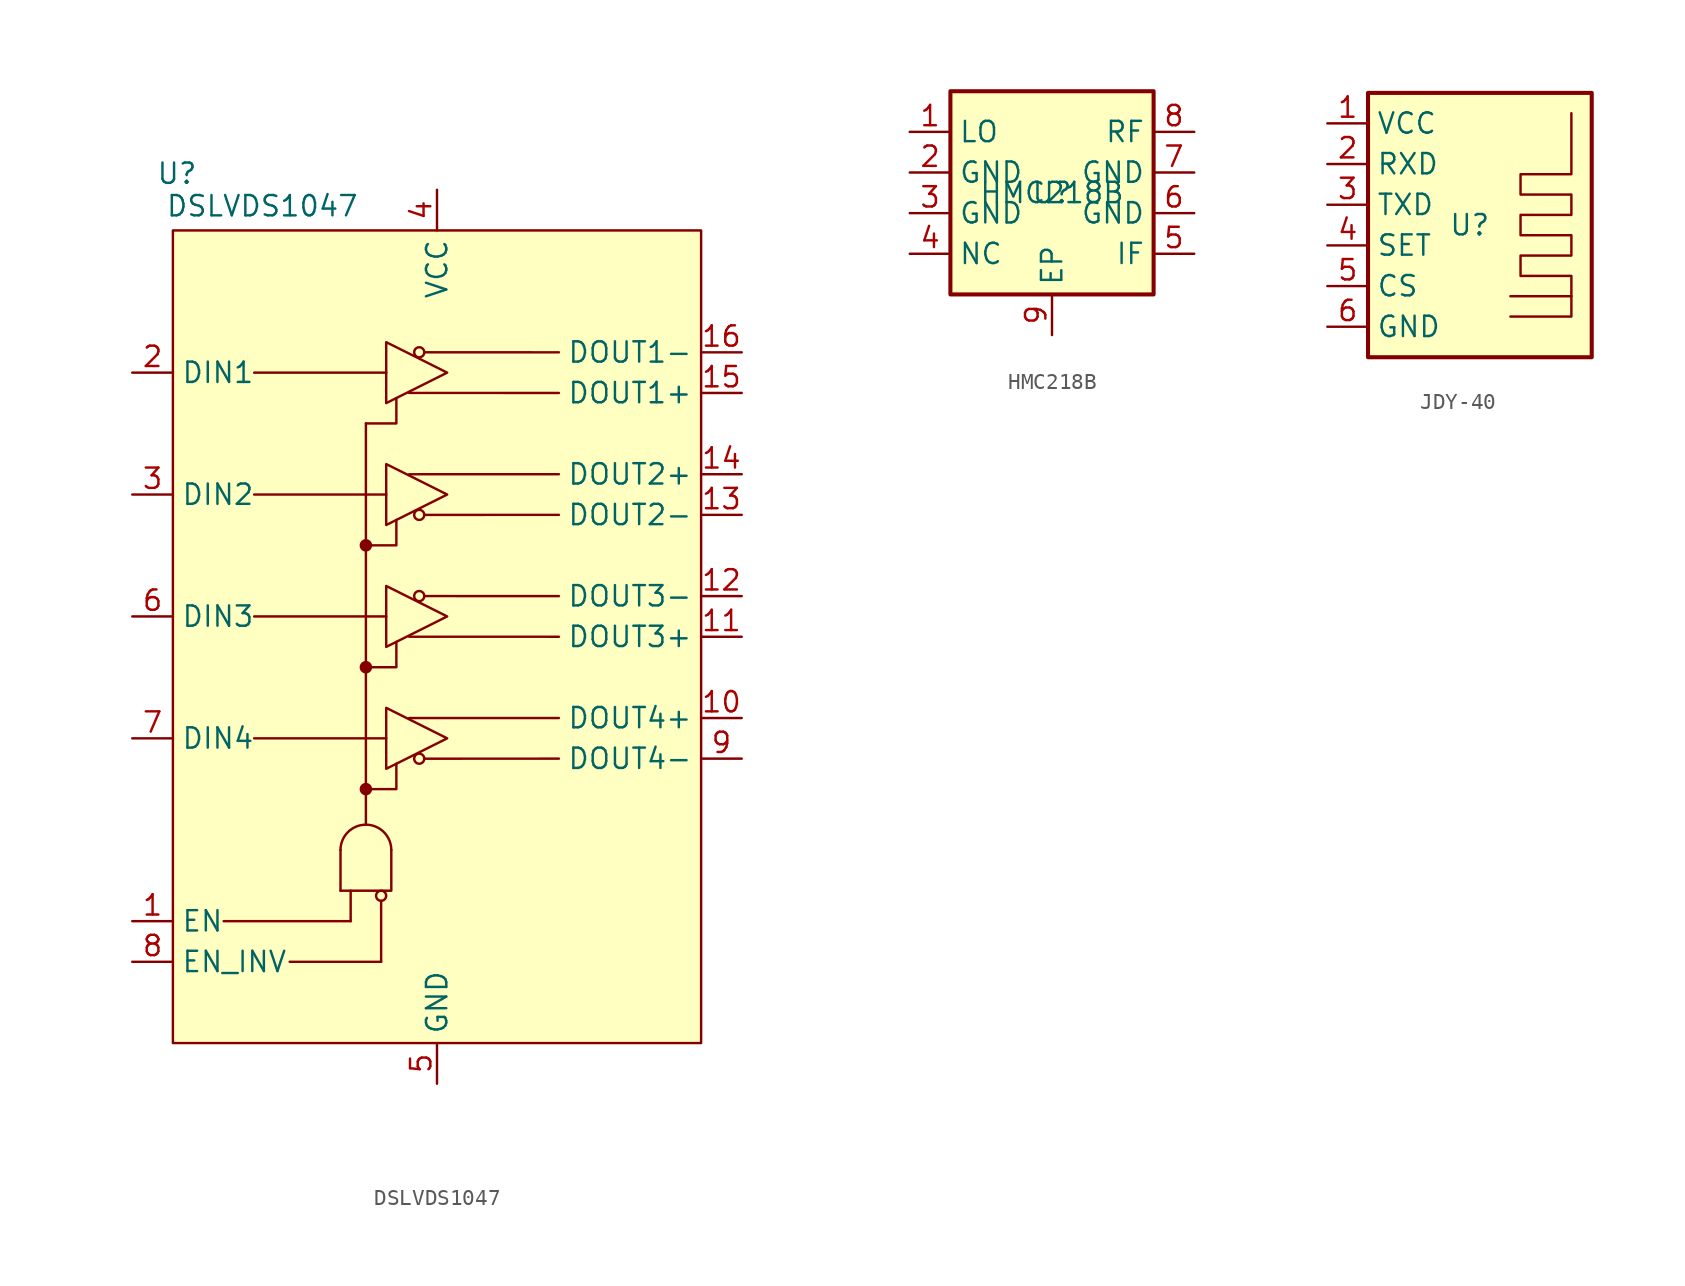
<source format=kicad_sym>
(kicad_symbol_lib
  (version 20241209)
  (generator "kicad_symbol_editor")
  (generator_version "9.0")
  (symbol "DSLVDS1047"
    (property "Reference" "U"
      (at -16.256 28.956 0)
      (effects (font (size 1.27 1.27))))
    (property "Value" "DSLVDS1047"
      (at -10.922 26.924 0)
      (effects (font (size 1.27 1.27))))
    (symbol "DSLVDS1047_0_1"
      (polyline (pts (xy -6.032 -15.875) (xy -6.032 -13.335)) (stroke (width 0) (type default)) (fill (type none)))
      (polyline (pts (xy -6.032 -15.875) (xy -2.857 -15.875) (xy -2.857 -13.335)) (stroke (width 0) (type default)) (fill (type none)))
      (polyline (pts (xy -5.397 -15.875) (xy -5.397 -17.78)) (stroke (width 0) (type default)) (fill (type none)))
      (polyline (pts (xy -4.445 13.335) (xy -4.445 -9.525)) (stroke (width 0) (type default)) (fill (type none)))
      (arc (start -6.0325 -13.335) (mid -4.445 -11.7475) (end -2.8575 -13.335) (stroke (width 0) (type default)) (fill (type none)))
      (circle (center -3.493 -16.192) (radius 0.315) (stroke (width 0) (type default)) (fill (type none)))
      (polyline (pts (xy -3.493 -16.51) (xy -3.493 -20.32)) (stroke (width 0) (type default)) (fill (type none)))
      (polyline (pts (xy -3.175 16.51) (xy -11.43 16.51)) (stroke (width 0) (type default)) (fill (type none)))
      (polyline (pts (xy -3.175 14.605) (xy -3.175 18.415) (xy 0.635 16.51) (xy -3.175 14.605)) (stroke (width 0) (type default)) (fill (type none)))
      (polyline (pts (xy -3.175 10.795) (xy -3.175 6.985) (xy 0.635 8.89) (xy -3.175 10.795)) (stroke (width 0) (type default)) (fill (type none)))
      (polyline (pts (xy -3.175 8.89) (xy -11.43 8.89)) (stroke (width 0) (type default)) (fill (type none)))
      (polyline (pts (xy -3.175 1.27) (xy -11.43 1.27)) (stroke (width 0) (type default)) (fill (type none)))
      (polyline (pts (xy -3.175 -0.635) (xy -3.175 3.175) (xy 0.635 1.27) (xy -3.175 -0.635)) (stroke (width 0) (type default)) (fill (type none)))
      (polyline (pts (xy -3.175 -4.445) (xy -3.175 -8.255) (xy 0.635 -6.35) (xy -3.175 -4.445)) (stroke (width 0) (type default)) (fill (type none)))
      (polyline (pts (xy -3.175 -6.35) (xy -11.43 -6.35)) (stroke (width 0) (type default)) (fill (type none)))
      (polyline (pts (xy -2.54 14.922) (xy -2.54 13.335) (xy -4.445 13.335)) (stroke (width 0) (type default)) (fill (type none)))
      (polyline (pts (xy -2.54 7.303) (xy -2.54 5.715) (xy -4.445 5.715)) (stroke (width 0) (type default)) (fill (type none)))
      (polyline (pts (xy -2.54 -0.318) (xy -2.54 -1.905) (xy -4.445 -1.905)) (stroke (width 0) (type default)) (fill (type none)))
      (polyline (pts (xy -2.54 -7.938) (xy -2.54 -9.525) (xy -4.445 -9.525)) (stroke (width 0) (type default)) (fill (type none)))
      (polyline (pts (xy -1.746 15.242) (xy 7.62 15.24)) (stroke (width 0) (type default)) (fill (type none)))
      (polyline (pts (xy -1.746 10.158) (xy 7.62 10.16)) (stroke (width 0) (type default)) (fill (type none)))
      (polyline (pts (xy -1.746 0.002) (xy 7.62 0)) (stroke (width 0) (type default)) (fill (type none)))
      (polyline (pts (xy -1.746 -5.082) (xy 7.62 -5.08)) (stroke (width 0) (type default)) (fill (type none)))
      (circle (center -1.111 17.783) (radius 0.315) (stroke (width 0) (type default)) (fill (type none)))
      (circle (center -1.111 7.617) (radius 0.315) (stroke (width 0) (type default)) (fill (type none)))
      (circle (center -1.111 2.543) (radius 0.315) (stroke (width 0) (type default)) (fill (type none)))
      (circle (center -1.111 -7.623) (radius 0.315) (stroke (width 0) (type default)) (fill (type none)))
      (polyline (pts (xy -0.794 17.783) (xy 7.62 17.78)) (stroke (width 0) (type default)) (fill (type none)))
      (polyline (pts (xy -0.794 7.617) (xy 7.62 7.62)) (stroke (width 0) (type default)) (fill (type none)))
      (polyline (pts (xy -0.794 2.543) (xy 7.62 2.54)) (stroke (width 0) (type default)) (fill (type none)))
      (polyline (pts (xy -0.794 -7.623) (xy 7.62 -7.62)) (stroke (width 0) (type default)) (fill (type none))))
    (symbol "DSLVDS1047_1_1"
      (rectangle (start -16.51 25.4) (end 16.51 -25.4) (stroke (width 0) (type default)) (fill (type background)))
      (polyline (pts (xy -13.335 -17.78) (xy -5.397 -17.78)) (stroke (width 0) (type default)) (fill (type none)))
      (polyline (pts (xy -9.207 -20.32) (xy -3.493 -20.32)) (stroke (width 0) (type default)) (fill (type none)))
      (circle (center -4.445 5.715) (radius 0.315) (stroke (width 0) (type default)) (fill (type outline)))
      (circle (center -4.445 -1.905) (radius 0.315) (stroke (width 0) (type default)) (fill (type outline)))
      (circle (center -4.445 -9.525) (radius 0.315) (stroke (width 0) (type default)) (fill (type outline)))
      (polyline (pts (xy -4.445 -9.525) (xy -4.445 -11.748)) (stroke (width 0) (type default)) (fill (type none)))
      (pin input line (at -19.05 16.51 0) (length 2.54) (name "DIN1" (effects (font (size 1.27 1.27)))) (number "2" (effects (font (size 1.27 1.27)))))
      (pin input line (at -19.05 8.89 0) (length 2.54) (name "DIN2" (effects (font (size 1.27 1.27)))) (number "3" (effects (font (size 1.27 1.27)))))
      (pin input line (at -19.05 1.27 0) (length 2.54) (name "DIN3" (effects (font (size 1.27 1.27)))) (number "6" (effects (font (size 1.27 1.27)))))
      (pin input line (at -19.05 -6.35 0) (length 2.54) (name "DIN4" (effects (font (size 1.27 1.27)))) (number "7" (effects (font (size 1.27 1.27)))))
      (pin input line (at -19.05 -17.78 0) (length 2.54) (name "EN" (effects (font (size 1.27 1.27)))) (number "1" (effects (font (size 1.27 1.27)))))
      (pin input line (at -19.05 -20.32 0) (length 2.54) (name "EN_INV" (effects (font (size 1.27 1.27)))) (number "8" (effects (font (size 1.27 1.27)))))
      (pin power_in line (at 0 27.94 270) (length 2.54) (name "VCC" (effects (font (size 1.27 1.27)))) (number "4" (effects (font (size 1.27 1.27)))))
      (pin power_in line (at 0 -27.94 90) (length 2.54) (name "GND" (effects (font (size 1.27 1.27)))) (number "5" (effects (font (size 1.27 1.27)))))
      (pin output line (at 19.05 17.78 180) (length 2.54) (name "DOUT1-" (effects (font (size 1.27 1.27)))) (number "16" (effects (font (size 1.27 1.27)))))
      (pin output line (at 19.05 15.24 180) (length 2.54) (name "DOUT1+" (effects (font (size 1.27 1.27)))) (number "15" (effects (font (size 1.27 1.27)))))
      (pin output line (at 19.05 10.16 180) (length 2.54) (name "DOUT2+" (effects (font (size 1.27 1.27)))) (number "14" (effects (font (size 1.27 1.27)))))
      (pin output line (at 19.05 7.62 180) (length 2.54) (name "DOUT2-" (effects (font (size 1.27 1.27)))) (number "13" (effects (font (size 1.27 1.27)))))
      (pin output line (at 19.05 2.54 180) (length 2.54) (name "DOUT3-" (effects (font (size 1.27 1.27)))) (number "12" (effects (font (size 1.27 1.27)))))
      (pin output line (at 19.05 0 180) (length 2.54) (name "DOUT3+" (effects (font (size 1.27 1.27)))) (number "11" (effects (font (size 1.27 1.27)))))
      (pin output line (at 19.05 -5.08 180) (length 2.54) (name "DOUT4+" (effects (font (size 1.27 1.27)))) (number "10" (effects (font (size 1.27 1.27)))))
      (pin output line (at 19.05 -7.62 180) (length 2.54) (name "DOUT4-" (effects (font (size 1.27 1.27)))) (number "9" (effects (font (size 1.27 1.27)))))))
  (symbol "HMC218B"
    (property "Reference" "U"
      (at 0 0 0)
      (effects (font (size 1.27 1.27))))
    (property "Value" "HMC218B"
      (at 0 0 0)
      (effects (font (size 1.27 1.27))))
    (symbol "HMC218B_1_1"
      (rectangle (start -6.35 6.35) (end 6.35 -6.35) (stroke (width 0.254) (type default)) (fill (type background)))
      (pin passive line (at -8.89 3.81 0) (length 2.54) (name "LO" (effects (font (size 1.27 1.27)))) (number "1" (effects (font (size 1.27 1.27)))))
      (pin passive line (at -8.89 1.27 0) (length 2.54) (name "GND" (effects (font (size 1.27 1.27)))) (number "2" (effects (font (size 1.27 1.27)))))
      (pin passive line (at -8.89 -1.27 0) (length 2.54) (name "GND" (effects (font (size 1.27 1.27)))) (number "3" (effects (font (size 1.27 1.27)))))
      (pin passive line (at -8.89 -3.81 0) (length 2.54) (name "NC" (effects (font (size 1.27 1.27)))) (number "4" (effects (font (size 1.27 1.27)))))
      (pin passive line (at 0 -8.89 90) (length 2.54) (name "EP" (effects (font (size 1.27 1.27)))) (number "9" (effects (font (size 1.27 1.27)))))
      (pin passive line (at 8.89 3.81 180) (length 2.54) (name "RF" (effects (font (size 1.27 1.27)))) (number "8" (effects (font (size 1.27 1.27)))))
      (pin passive line (at 8.89 1.27 180) (length 2.54) (name "GND" (effects (font (size 1.27 1.27)))) (number "7" (effects (font (size 1.27 1.27)))))
      (pin passive line (at 8.89 -1.27 180) (length 2.54) (name "GND" (effects (font (size 1.27 1.27)))) (number "6" (effects (font (size 1.27 1.27)))))
      (pin passive line (at 8.89 -3.81 180) (length 2.54) (name "IF" (effects (font (size 1.27 1.27)))) (number "5" (effects (font (size 1.27 1.27)))))))
  (symbol "JDY-40"
    (property "Reference" "U"
      (at 0 0 0)
      (effects (font (size 1.27 1.27))))
    (property "Value" ""
      (at 0 0 0)
      (effects (font (size 1.27 1.27))))
    (symbol "JDY-40_1_1"
      (rectangle (start -6.35 8.255) (end 7.62 -8.255) (stroke (width 0.254) (type default)) (fill (type background)))
      (polyline (pts (xy 6.35 6.985) (xy 6.35 3.175) (xy 3.175 3.175) (xy 3.175 1.905) (xy 6.35 1.905) (xy 6.35 0.635) (xy 3.175 0.635) (xy 3.175 -0.635) (xy 6.35 -0.635) (xy 6.35 -1.905) (xy 3.175 -1.905) (xy 3.175 -3.175) (xy 6.35 -3.175) (xy 6.35 -5.715) (xy 2.54 -5.715)) (stroke (width 0) (type default)) (fill (type none)))
      (polyline (pts (xy 6.35 -4.445) (xy 2.54 -4.445)) (stroke (width 0) (type default)) (fill (type none)))
      (pin passive line (at -8.89 6.35 0) (length 2.54) (name "VCC" (effects (font (size 1.27 1.27)))) (number "1" (effects (font (size 1.27 1.27)))))
      (pin passive line (at -8.89 3.81 0) (length 2.54) (name "RXD" (effects (font (size 1.27 1.27)))) (number "2" (effects (font (size 1.27 1.27)))))
      (pin passive line (at -8.89 1.27 0) (length 2.54) (name "TXD" (effects (font (size 1.27 1.27)))) (number "3" (effects (font (size 1.27 1.27)))))
      (pin passive line (at -8.89 -1.27 0) (length 2.54) (name "SET" (effects (font (size 1.27 1.27)))) (number "4" (effects (font (size 1.27 1.27)))))
      (pin passive line (at -8.89 -3.81 0) (length 2.54) (name "CS" (effects (font (size 1.27 1.27)))) (number "5" (effects (font (size 1.27 1.27)))))
      (pin passive line (at -8.89 -6.35 0) (length 2.54) (name "GND" (effects (font (size 1.27 1.27)))) (number "6" (effects (font (size 1.27 1.27))))))))
</source>
